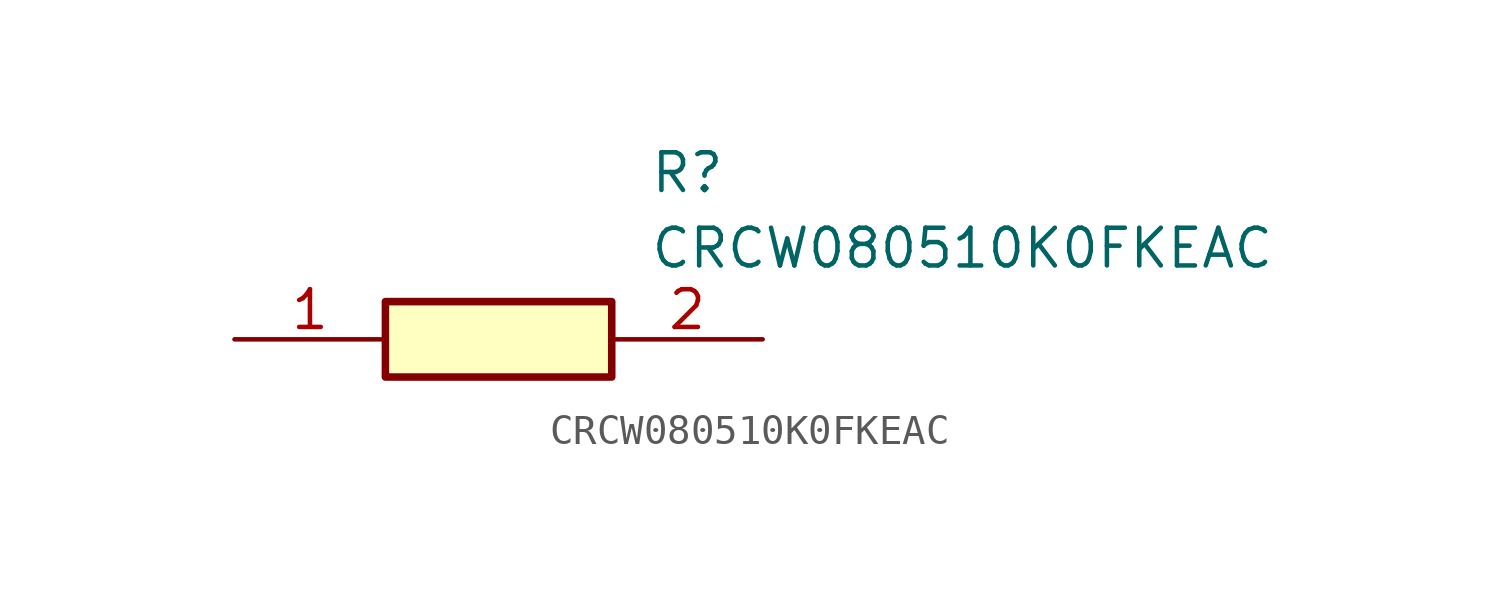
<source format=kicad_sym>
(kicad_symbol_lib
  (version 20211014)
  (generator SamacSys_ECAD_Model)
  (symbol "CRCW080510K0FKEAC"
    (pin_names hide)
    (property "Reference" "R"
      (at 13.97 6.35 0)
      (effects (font (size 1.27 1.27)) (justify left top)))
    (property "Value" "CRCW080510K0FKEAC"
      (at 13.97 3.81 0)
      (effects (font (size 1.27 1.27)) (justify left top)))
    (rectangle
      (start 5.08 1.27)
      (end 12.7 -1.27)
      (stroke (width 0.254) (type default))
      (fill (type background)))
    (pin passive line
      (at 0 0 0)
      (length 5.08)
      (name "1" (effects (font (size 1.27 1.27))))
      (number "1" (effects (font (size 1.27 1.27)))))
    (pin passive line
      (at 17.78 0 180)
      (length 5.08)
      (name "2" (effects (font (size 1.27 1.27))))
      (number "2" (effects (font (size 1.27 1.27)))))))
</source>
